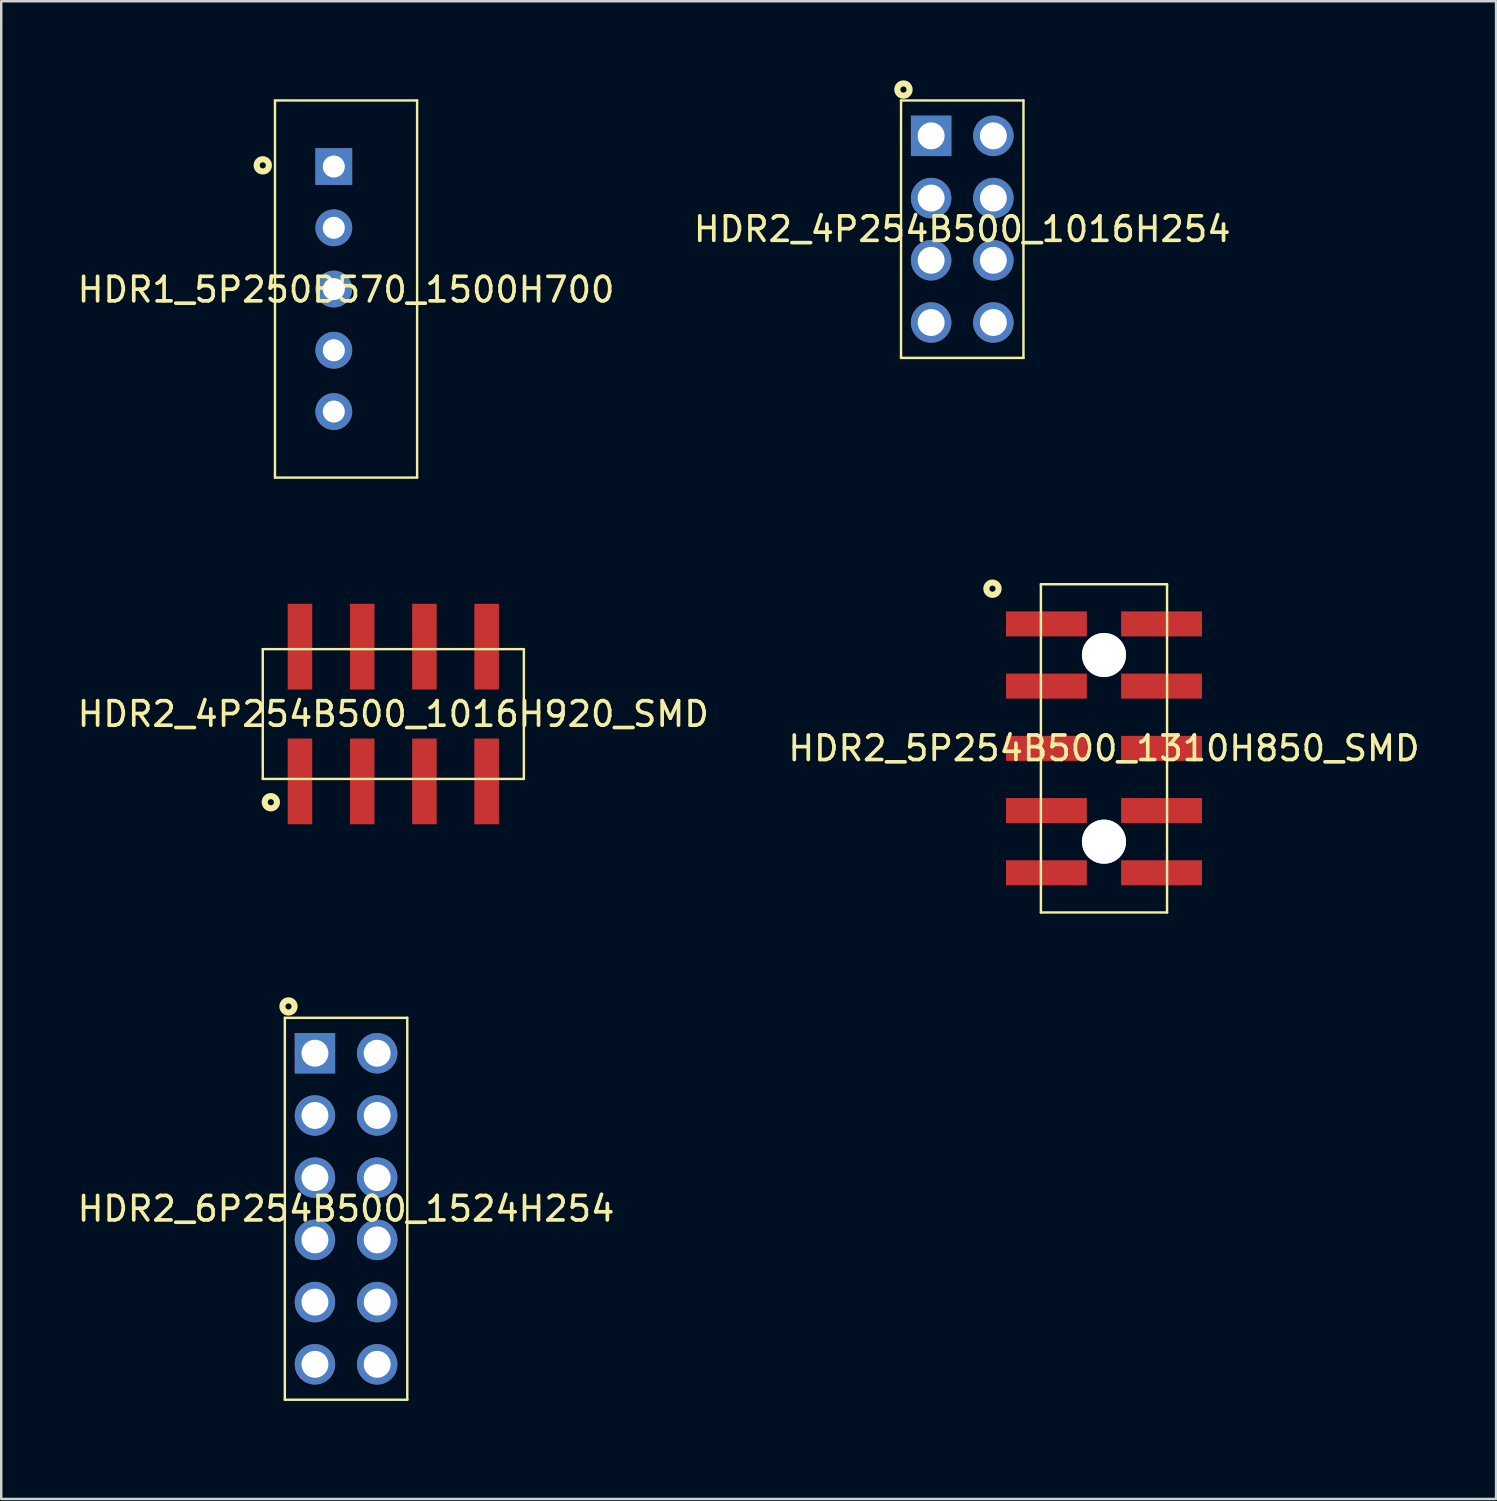
<source format=kicad_pcb>
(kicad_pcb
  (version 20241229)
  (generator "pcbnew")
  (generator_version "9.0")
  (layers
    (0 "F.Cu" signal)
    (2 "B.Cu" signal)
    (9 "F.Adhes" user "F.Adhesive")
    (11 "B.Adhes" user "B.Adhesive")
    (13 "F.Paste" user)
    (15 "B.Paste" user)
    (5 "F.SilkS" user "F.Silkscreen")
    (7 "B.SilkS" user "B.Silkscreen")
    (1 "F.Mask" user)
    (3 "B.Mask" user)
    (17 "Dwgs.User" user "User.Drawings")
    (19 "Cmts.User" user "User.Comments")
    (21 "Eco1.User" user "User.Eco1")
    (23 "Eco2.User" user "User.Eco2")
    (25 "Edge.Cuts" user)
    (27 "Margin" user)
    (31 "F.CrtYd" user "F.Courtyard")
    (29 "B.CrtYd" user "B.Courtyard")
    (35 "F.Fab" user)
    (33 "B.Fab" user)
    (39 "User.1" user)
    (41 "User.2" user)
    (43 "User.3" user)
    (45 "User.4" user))
  (footprint "HDR1_5P250B570_1500H700"
    (layer "F.Cu")
    (at 11.077 8.775)
    (property "Reference" "HDR1_5P250B570_1500H700" (at 0 0 0) (layer "F.SilkS") (effects (font (size 1 1) (thickness 0.15))))
    (fp_line (start -2.901 -7.724) (end -2.901 7.673) (stroke (width 0.099) (type default)) (layer "F.SilkS"))
    (fp_line (start 2.901 -7.724) (end -2.901 -7.724) (stroke (width 0.099) (type default)) (layer "F.SilkS"))
    (fp_line (start 2.901 -7.724) (end 2.901 7.673) (stroke (width 0.099) (type default)) (layer "F.SilkS"))
    (fp_line (start 2.901 7.673) (end -2.901 7.673) (stroke (width 0.099) (type default)) (layer "F.SilkS"))
    (fp_circle (center -3.4 -5.075) (end -3.15 -5.075) (stroke (width 0.249) (type default)) (fill no) (layer "F.SilkS"))
    (fp_line (start -3.899 -8.725) (end -3.899 8.725) (stroke (width 0.025) (type default)) (layer "User.1"))
    (fp_line (start 3.899 -8.725) (end -3.899 -8.725) (stroke (width 0.025) (type default)) (layer "User.1"))
    (fp_line (start 3.899 -8.725) (end 3.899 8.725) (stroke (width 0.025) (type default)) (layer "User.1"))
    (fp_line (start 3.899 8.725) (end -3.899 8.725) (stroke (width 0.025) (type default)) (layer "User.1"))
    (fp_poly (pts (xy -2.901 -7.724) (xy 2.901 -7.724) (xy 2.901 0.175) (xy 2.901 2.675) (xy 2.901 5.174) (xy 2.901 7.673) (xy -2.901 7.673) (xy -2.901 3.724) (xy -2.901 1.275) (xy -2.901 0.175)) (stroke (width 0.1) (type default)) (fill no) (layer "User.1"))
    (fp_poly (pts (xy -2.901 -7.724) (xy 2.901 -7.724) (xy 2.901 0.175) (xy 2.901 2.675) (xy 2.901 5.174) (xy 2.901 7.673) (xy -2.901 7.673) (xy -2.901 3.724) (xy -2.901 1.275) (xy -2.901 0.175)) (stroke (width 0.1) (type default)) (fill no) (layer "User.1"))
    (fp_poly (pts (xy -2.251 -6.774) (xy -2.251 -1.976) (xy -2.251 0.175) (xy -2.251 1.974) (xy -2.251 6.723) (xy 1.25 6.723) (xy 1.25 4.224) (xy 1.25 1.724) (xy 1.25 -0.774) (xy 1.25 -6.774)) (stroke (width 0.1) (type default)) (fill no) (layer "User.1"))
    (fp_poly (pts (xy -2.251 -6.774) (xy -2.251 -1.976) (xy -2.251 0.175) (xy -2.251 1.974) (xy -2.251 6.723) (xy 1.25 6.723) (xy 1.25 4.224) (xy 1.25 1.724) (xy 1.25 -0.774) (xy 1.25 -6.774)) (stroke (width 0.1) (type default)) (fill no) (layer "User.1"))
    (fp_poly (pts (xy -3.899 -8.725) (xy 3.899 -8.725) (xy 3.899 1.173) (xy 3.899 3.724) (xy 3.899 6.226) (xy 3.899 8.725) (xy 2.901 8.725) (xy 2.901 -7.724) (xy -2.901 -7.724) (xy -2.901 7.673) (xy 2.794 7.673) (xy 2.794 8.725) (xy -3.899 8.725) (xy -3.899 4.125) (xy -3.899 1.875) (xy -3.899 -1.374)) (stroke (width 0.1) (type default)) (fill no) (layer "User.1"))
    (fp_poly (pts (xy -3.899 -8.725) (xy 3.899 -8.725) (xy 3.899 1.173) (xy 3.899 3.724) (xy 3.899 6.226) (xy 3.899 8.725) (xy 2.901 8.725) (xy 2.901 -7.724) (xy -2.901 -7.724) (xy -2.901 7.673) (xy 2.794 7.673) (xy 2.794 8.725) (xy -3.899 8.725) (xy -3.899 4.125) (xy -3.899 1.875) (xy -3.899 -1.374)) (stroke (width 0.1) (type default)) (fill no) (layer "User.1"))
    (pad "1" thru_hole rect (at -0.5 -5.027 180) (size 1.501 1.501) (drill 0.899) (layers "*.Cu" "*.Mask"))
    (pad "2" thru_hole circle (at -0.5 -2.525 180) (size 1.501 1.501) (drill 0.899) (layers "*.Cu" "*.Mask"))
    (pad "3" thru_hole circle (at -0.5 -0.025 180) (size 1.501 1.501) (drill 0.899) (layers "*.Cu" "*.Mask"))
    (pad "4" thru_hole circle (at -0.5 2.474 180) (size 1.501 1.501) (drill 0.899) (layers "*.Cu" "*.Mask"))
    (pad "5" thru_hole circle (at -0.5 4.976 180) (size 1.501 1.501) (drill 0.899) (layers "*.Cu" "*.Mask")))
  (footprint "HDR2_6P254B500_1524H254"
    (layer "F.Cu")
    (at 11.077 46.296)
    (property "Reference" "HDR2_6P254B500_1524H254" (at 0 0 0) (layer "F.SilkS") (effects (font (size 1 1) (thickness 0.15))))
    (fp_line (start -2.499 -7.795) (end -2.499 7.795) (stroke (width 0.099) (type default)) (layer "F.SilkS"))
    (fp_line (start -2.499 -7.795) (end 2.499 -7.795) (stroke (width 0.099) (type default)) (layer "F.SilkS"))
    (fp_line (start -2.499 7.795) (end 2.499 7.795) (stroke (width 0.099) (type default)) (layer "F.SilkS"))
    (fp_line (start 2.499 -7.795) (end 2.499 7.795) (stroke (width 0.099) (type default)) (layer "F.SilkS"))
    (fp_circle (center -2.35 -8.26) (end -2.101 -8.26) (stroke (width 0.249) (type default)) (fill no) (layer "F.SilkS"))
    (fp_line (start -3.5 -8.796) (end -3.5 8.796) (stroke (width 0.025) (type default)) (layer "User.1"))
    (fp_line (start -3.5 -8.796) (end 3.5 -8.796) (stroke (width 0.025) (type default)) (layer "User.1"))
    (fp_line (start -3.02 8.796) (end 3.5 8.796) (stroke (width 0.025) (type default)) (layer "User.1"))
    (fp_line (start 3.5 -8.796) (end 3.5 8.796) (stroke (width 0.025) (type default)) (layer "User.1"))
    (fp_poly (pts (xy -3.099 8.179) (xy -3.099 -8.179) (xy 3.099 -8.179) (xy 3.099 8.179)) (stroke (width 0.1) (type default)) (fill no) (layer "User.1"))
    (fp_poly (pts (xy -3.099 8.179) (xy -3.099 -8.179) (xy 3.099 -8.179) (xy 3.099 8.179)) (stroke (width 0.1) (type default)) (fill no) (layer "User.1"))
    (fp_poly (pts (xy -2.499 -7.795) (xy -2.499 7.795) (xy 2.499 7.795) (xy 2.499 -7.795)) (stroke (width 0.1) (type default)) (fill no) (layer "User.1"))
    (fp_poly (pts (xy -2.499 -7.795) (xy -2.499 7.795) (xy 2.499 7.795) (xy 2.499 -7.795)) (stroke (width 0.1) (type default)) (fill no) (layer "User.1"))
    (fp_poly (pts (xy -3.5 8.796) (xy -2.54 8.796) (xy -2.54 -7.821) (xy 2.51 -7.821) (xy 2.51 7.811) (xy -2.499 7.811) (xy -2.499 8.796) (xy 3.5 8.796) (xy 3.5 -8.796) (xy -3.5 -8.796)) (stroke (width 0.1) (type default)) (fill no) (layer "User.1"))
    (fp_poly (pts (xy -3.5 8.796) (xy -2.54 8.796) (xy -2.54 -7.821) (xy 2.51 -7.821) (xy 2.51 7.811) (xy -2.499 7.811) (xy -2.499 8.796) (xy 3.5 8.796) (xy 3.5 -8.796) (xy -3.5 -8.796)) (stroke (width 0.1) (type default)) (fill no) (layer "User.1"))
    (pad "1" thru_hole rect (at -1.27 -6.35 270) (size 1.651 1.651) (drill 1.1) (layers "*.Cu" "*.Mask"))
    (pad "2" thru_hole circle (at 1.27 -6.35 270) (size 1.651 1.651) (drill 1.1) (layers "*.Cu" "*.Mask"))
    (pad "3" thru_hole circle (at -1.27 -3.81 270) (size 1.651 1.651) (drill 1.1) (layers "*.Cu" "*.Mask"))
    (pad "4" thru_hole circle (at 1.27 -3.81 270) (size 1.651 1.651) (drill 1.1) (layers "*.Cu" "*.Mask"))
    (pad "5" thru_hole circle (at -1.27 -1.27 270) (size 1.651 1.651) (drill 1.1) (layers "*.Cu" "*.Mask"))
    (pad "6" thru_hole circle (at 1.27 -1.27 270) (size 1.651 1.651) (drill 1.1) (layers "*.Cu" "*.Mask"))
    (pad "7" thru_hole circle (at -1.27 1.27 270) (size 1.651 1.651) (drill 1.1) (layers "*.Cu" "*.Mask"))
    (pad "8" thru_hole circle (at 1.27 1.27 270) (size 1.651 1.651) (drill 1.1) (layers "*.Cu" "*.Mask"))
    (pad "9" thru_hole circle (at -1.27 3.81 270) (size 1.651 1.651) (drill 1.1) (layers "*.Cu" "*.Mask"))
    (pad "10" thru_hole circle (at 1.27 3.81 270) (size 1.651 1.651) (drill 1.1) (layers "*.Cu" "*.Mask"))
    (pad "11" thru_hole circle (at -1.27 6.35 270) (size 1.651 1.651) (drill 1.1) (layers "*.Cu" "*.Mask"))
    (pad "12" thru_hole circle (at 1.27 6.35 270) (size 1.651 1.651) (drill 1.1) (layers "*.Cu" "*.Mask")))
  (footprint "HDR2_4P254B500_1016H920_SMD"
    (layer "F.Cu")
    (at 13.006 26.099)
    (property "Reference" "HDR2_4P254B500_1016H920_SMD" (at 0 0 0) (layer "F.SilkS") (effects (font (size 1 1) (thickness 0.15))))
    (fp_line (start -5.329 -2.649) (end -5.329 2.649) (stroke (width 0.099) (type default)) (layer "F.SilkS"))
    (fp_line (start 5.329 -2.649) (end -5.329 -2.649) (stroke (width 0.099) (type default)) (layer "F.SilkS"))
    (fp_line (start 5.329 -2.649) (end 5.329 2.649) (stroke (width 0.099) (type default)) (layer "F.SilkS"))
    (fp_line (start 5.329 2.649) (end -5.329 2.649) (stroke (width 0.099) (type default)) (layer "F.SilkS"))
    (fp_circle (center -5 3.6) (end -4.75 3.6) (stroke (width 0.249) (type default)) (fill no) (layer "F.SilkS"))
    (fp_line (start -6.33 -5.499) (end -6.33 5.499) (stroke (width 0.025) (type default)) (layer "User.1"))
    (fp_line (start 6.33 -5.499) (end -6.33 -5.499) (stroke (width 0.025) (type default)) (layer "User.1"))
    (fp_line (start 6.33 -5.499) (end 6.33 5.499) (stroke (width 0.025) (type default)) (layer "User.1"))
    (fp_line (start 6.33 5.499) (end -6.33 5.499) (stroke (width 0.025) (type default)) (layer "User.1"))
    (fp_poly (pts (xy 5.329 2.664) (xy 5.329 -2.664) (xy -5.329 -2.664) (xy -5.329 2.664)) (stroke (width 0.1) (type default)) (fill no) (layer "User.1"))
    (fp_poly (pts (xy 5.329 2.664) (xy 5.329 -2.664) (xy -5.329 -2.664) (xy -5.329 2.664)) (stroke (width 0.1) (type default)) (fill no) (layer "User.1"))
    (fp_poly (pts (xy 6.33 5.499) (xy 6.33 -5.499) (xy -5.301 -5.499) (xy -5.301 -2.901) (xy 5.4 -2.901) (xy 5.4 2.799) (xy -5.499 2.799) (xy -5.499 -5.499) (xy -6.33 -5.499) (xy -6.33 5.499)) (stroke (width 0.1) (type default)) (fill no) (layer "User.1"))
    (fp_poly (pts (xy 6.33 5.499) (xy 6.33 -5.499) (xy -5.301 -5.499) (xy -5.301 -2.901) (xy 5.4 -2.901) (xy 5.4 2.799) (xy -5.499 2.799) (xy -5.499 -5.499) (xy -6.33 -5.499) (xy -6.33 5.499)) (stroke (width 0.1) (type default)) (fill no) (layer "User.1"))
    (pad "1" smd rect (at -3.81 2.751 180) (size 1.001 3.5) (layers "F.Cu" "F.Mask" "F.Paste"))
    (pad "2" smd rect (at -3.81 -2.751 180) (size 1.001 3.5) (layers "F.Cu" "F.Mask" "F.Paste"))
    (pad "3" smd rect (at -1.27 2.751 180) (size 1.001 3.5) (layers "F.Cu" "F.Mask" "F.Paste"))
    (pad "4" smd rect (at -1.27 -2.751 180) (size 1.001 3.5) (layers "F.Cu" "F.Mask" "F.Paste"))
    (pad "5" smd rect (at 1.27 2.751 180) (size 1.001 3.5) (layers "F.Cu" "F.Mask" "F.Paste"))
    (pad "6" smd rect (at 1.27 -2.751 180) (size 1.001 3.5) (layers "F.Cu" "F.Mask" "F.Paste"))
    (pad "7" smd rect (at 3.81 2.751 180) (size 1.001 3.5) (layers "F.Cu" "F.Mask" "F.Paste"))
    (pad "8" smd rect (at 3.81 -2.751 180) (size 1.001 3.5) (layers "F.Cu" "F.Mask" "F.Paste")))
  (footprint "HDR2_5P254B500_1310H850_SMD"
    (layer "F.Cu")
    (at 42.018 27.5)
    (property "Reference" "HDR2_5P254B500_1310H850_SMD" (at 0 0 0) (layer "F.SilkS") (effects (font (size 1 1) (thickness 0.15))))
    (fp_line (start -2.575 -6.7) (end -2.575 6.7) (stroke (width 0.1) (type default)) (layer "F.SilkS"))
    (fp_line (start -2.575 -6.7) (end 2.575 -6.7) (stroke (width 0.1) (type default)) (layer "F.SilkS"))
    (fp_line (start -2.575 6.7) (end 2.575 6.7) (stroke (width 0.1) (type default)) (layer "F.SilkS"))
    (fp_line (start 2.575 -6.7) (end 2.575 6.7) (stroke (width 0.1) (type default)) (layer "F.SilkS"))
    (fp_circle (center -4.552 -6.518) (end -4.302 -6.518) (stroke (width 0.25) (type default)) (fill no) (layer "F.SilkS"))
    (fp_line (start -4.25 -6.9) (end -4.25 6.9) (stroke (width 0.025) (type default)) (layer "User.1"))
    (fp_line (start -4.25 -6.9) (end 4.25 -6.9) (stroke (width 0.025) (type default)) (layer "User.1"))
    (fp_line (start -4.25 6.9) (end 4.25 6.9) (stroke (width 0.025) (type default)) (layer "User.1"))
    (fp_line (start 4.25 -6.9) (end 4.25 6.9) (stroke (width 0.025) (type default)) (layer "User.1"))
    (fp_poly (pts (xy -2.575 6.7) (xy 2.575 6.7) (xy 2.575 -6.7) (xy -2.575 -6.7)) (stroke (width 0.1) (type default)) (fill no) (layer "User.1"))
    (fp_poly (pts (xy -2.575 6.7) (xy 2.575 6.7) (xy 2.575 -6.7) (xy -2.575 -6.7)) (stroke (width 0.1) (type default)) (fill no) (layer "User.1"))
    (fp_poly (pts (xy -4.25 6.9) (xy 4.25 6.9) (xy 4.25 -6.9) (xy -2.58 -6.9) (xy -2.58 -6.71) (xy 2.58 -6.71) (xy 2.58 6.71) (xy -2.59 6.71) (xy -2.59 -6.9) (xy -4.25 -6.9)) (stroke (width 0.1) (type default)) (fill no) (layer "User.1"))
    (fp_poly (pts (xy -4.25 6.9) (xy 4.25 6.9) (xy 4.25 -6.9) (xy -2.58 -6.9) (xy -2.58 -6.71) (xy 2.58 -6.71) (xy 2.58 6.71) (xy -2.59 6.71) (xy -2.59 -6.9) (xy -4.25 -6.9)) (stroke (width 0.1) (type default)) (fill no) (layer "User.1"))
    (pad "1" smd rect (at -2.35 -5.08 270) (size 1.021 3.3) (layers "F.Cu" "F.Mask" "F.Paste"))
    (pad "2" smd rect (at 2.35 -5.08 270) (size 1.021 3.3) (layers "F.Cu" "F.Mask" "F.Paste"))
    (pad "3" smd rect (at -2.35 -2.54 270) (size 1.021 3.3) (layers "F.Cu" "F.Mask" "F.Paste"))
    (pad "4" smd rect (at 2.35 -2.54 270) (size 1.021 3.3) (layers "F.Cu" "F.Mask" "F.Paste"))
    (pad "5" smd rect (at -2.35 0 270) (size 1.021 3.3) (layers "F.Cu" "F.Mask" "F.Paste"))
    (pad "6" smd rect (at 2.35 0 270) (size 1.021 3.3) (layers "F.Cu" "F.Mask" "F.Paste"))
    (pad "7" smd rect (at -2.35 2.54 270) (size 1.021 3.3) (layers "F.Cu" "F.Mask" "F.Paste"))
    (pad "8" smd rect (at 2.35 2.54 270) (size 1.021 3.3) (layers "F.Cu" "F.Mask" "F.Paste"))
    (pad "9" smd rect (at -2.35 5.08 270) (size 1.021 3.3) (layers "F.Cu" "F.Mask" "F.Paste"))
    (pad "10" smd rect (at 2.35 5.08 270) (size 1.021 3.3) (layers "F.Cu" "F.Mask" "F.Paste"))
    (pad "11" thru_hole circle (at 0 3.81 270) (size 1.801 1.801) (drill 1.801) (layers "*.Cu" "*.Mask"))
    (pad "12" thru_hole circle (at 0 -3.81 270) (size 1.801 1.801) (drill 1.801) (layers "*.Cu" "*.Mask"))
    (zone (net_name "") (layer "Edge.Cuts") (hatch edge 0.5) (connect_pads) (min_thickness 0.25) (filled_areas_thickness no) (keepout (tracks not_allowed) (vias not_allowed) (pads not_allowed) (copperpour not_allowed) (footprints allowed)) (placement (enabled no)) (fill) (polygon (pts (xy 42.318 22.57) (xy 42.598 22.686) (xy 42.838 22.869) (xy 43.022 23.11) (xy 43.138 23.39) (xy 43.178 23.69) (xy 43.138 23.99) (xy 43.022 24.27) (xy 42.838 24.511) (xy 42.598 24.695) (xy 42.318 24.811) (xy 42.018 24.85) (xy 41.718 24.811) (xy 41.438 24.695) (xy 41.197 24.511) (xy 41.013 24.27) (xy 40.897 23.99) (xy 40.858 23.69) (xy 40.897 23.39) (xy 41.013 23.11) (xy 41.197 22.869) (xy 41.438 22.686) (xy 41.718 22.57) (xy 42.018 22.53))))
    (zone (net_name "") (layer "Edge.Cuts") (hatch edge 0.5) (connect_pads) (min_thickness 0.25) (filled_areas_thickness no) (keepout (tracks not_allowed) (vias not_allowed) (pads not_allowed) (copperpour not_allowed) (footprints allowed)) (placement (enabled no)) (fill) (polygon (pts (xy 42.318 30.189) (xy 42.598 30.305) (xy 42.838 30.489) (xy 43.022 30.73) (xy 43.138 31.01) (xy 43.178 31.31) (xy 43.138 31.61) (xy 43.022 31.89) (xy 42.838 32.13) (xy 42.598 32.315) (xy 42.318 32.431) (xy 42.018 32.47) (xy 41.718 32.431) (xy 41.438 32.315) (xy 41.197 32.13) (xy 41.013 31.89) (xy 40.897 31.61) (xy 40.858 31.31) (xy 40.897 31.01) (xy 41.013 30.73) (xy 41.197 30.489) (xy 41.438 30.305) (xy 41.718 30.189) (xy 42.018 30.15)))))
  (footprint "HDR2_4P254B500_1016H254"
    (layer "F.Cu")
    (at 36.232 6.306)
    (property "Reference" "HDR2_4P254B500_1016H254" (at 0 0 0) (layer "F.SilkS") (effects (font (size 1 1) (thickness 0.15))))
    (fp_line (start -2.499 -5.255) (end 2.499 -5.255) (stroke (width 0.099) (type default)) (layer "F.SilkS"))
    (fp_line (start -2.499 5.255) (end -2.499 -5.255) (stroke (width 0.099) (type default)) (layer "F.SilkS"))
    (fp_line (start -2.499 5.255) (end 2.499 5.255) (stroke (width 0.099) (type default)) (layer "F.SilkS"))
    (fp_line (start 2.499 5.255) (end 2.499 -5.255) (stroke (width 0.099) (type default)) (layer "F.SilkS"))
    (fp_circle (center -2.4 -5.7) (end -2.149 -5.7) (stroke (width 0.249) (type default)) (fill no) (layer "F.SilkS"))
    (fp_line (start -3.5 -6.256) (end 3.5 -6.256) (stroke (width 0.025) (type default)) (layer "User.1"))
    (fp_line (start -3.5 6.256) (end -3.5 -6.256) (stroke (width 0.025) (type default)) (layer "User.1"))
    (fp_line (start -3.5 6.256) (end 3.5 6.256) (stroke (width 0.025) (type default)) (layer "User.1"))
    (fp_line (start 3.5 6.256) (end 3.5 -6.256) (stroke (width 0.025) (type default)) (layer "User.1"))
    (fp_poly (pts (xy -3.099 5.649) (xy -3.099 -5.639) (xy 3.099 -5.639) (xy 3.099 5.649)) (stroke (width 0.1) (type default)) (fill no) (layer "User.1"))
    (fp_poly (pts (xy -3.099 5.649) (xy -3.099 -5.639) (xy 3.099 -5.639) (xy 3.099 5.649)) (stroke (width 0.1) (type default)) (fill no) (layer "User.1"))
    (fp_poly (pts (xy -2.499 -5.255) (xy -2.499 5.255) (xy 2.499 5.255) (xy 2.499 -5.255)) (stroke (width 0.1) (type default)) (fill no) (layer "User.1"))
    (fp_poly (pts (xy -2.499 -5.255) (xy -2.499 5.255) (xy 2.499 5.255) (xy 2.499 -5.255)) (stroke (width 0.1) (type default)) (fill no) (layer "User.1"))
    (fp_poly (pts (xy -3.5 6.256) (xy -2.519 6.256) (xy -2.519 -5.271) (xy 2.51 -5.271) (xy 2.51 5.271) (xy -2.499 5.271) (xy -2.499 6.256) (xy 3.5 6.256) (xy 3.5 -6.256) (xy -3.5 -6.256)) (stroke (width 0.1) (type default)) (fill no) (layer "User.1"))
    (fp_poly (pts (xy -3.5 6.256) (xy -2.519 6.256) (xy -2.519 -5.271) (xy 2.51 -5.271) (xy 2.51 5.271) (xy -2.499 5.271) (xy -2.499 6.256) (xy 3.5 6.256) (xy 3.5 -6.256) (xy -3.5 -6.256)) (stroke (width 0.1) (type default)) (fill no) (layer "User.1"))
    (pad "1" thru_hole rect (at -1.27 -3.81) (size 1.651 1.651) (drill 1.1) (layers "*.Cu" "*.Mask"))
    (pad "2" thru_hole circle (at 1.27 -3.81) (size 1.651 1.651) (drill 1.1) (layers "*.Cu" "*.Mask"))
    (pad "3" thru_hole circle (at -1.27 -1.27) (size 1.651 1.651) (drill 1.1) (layers "*.Cu" "*.Mask"))
    (pad "4" thru_hole circle (at 1.27 -1.27) (size 1.651 1.651) (drill 1.1) (layers "*.Cu" "*.Mask"))
    (pad "5" thru_hole circle (at -1.27 1.27) (size 1.651 1.651) (drill 1.1) (layers "*.Cu" "*.Mask"))
    (pad "6" thru_hole circle (at 1.27 1.27) (size 1.651 1.651) (drill 1.1) (layers "*.Cu" "*.Mask"))
    (pad "7" thru_hole circle (at -1.27 3.81) (size 1.651 1.651) (drill 1.1) (layers "*.Cu" "*.Mask"))
    (pad "8" thru_hole circle (at 1.27 3.81) (size 1.651 1.651) (drill 1.1) (layers "*.Cu" "*.Mask")))
  (gr_rect
    (start -3 -3)
    (end 58.024 58.142)
    (stroke (width 0.1) (type default))
    (fill no)
    (layer "Edge.Cuts")))
</source>
